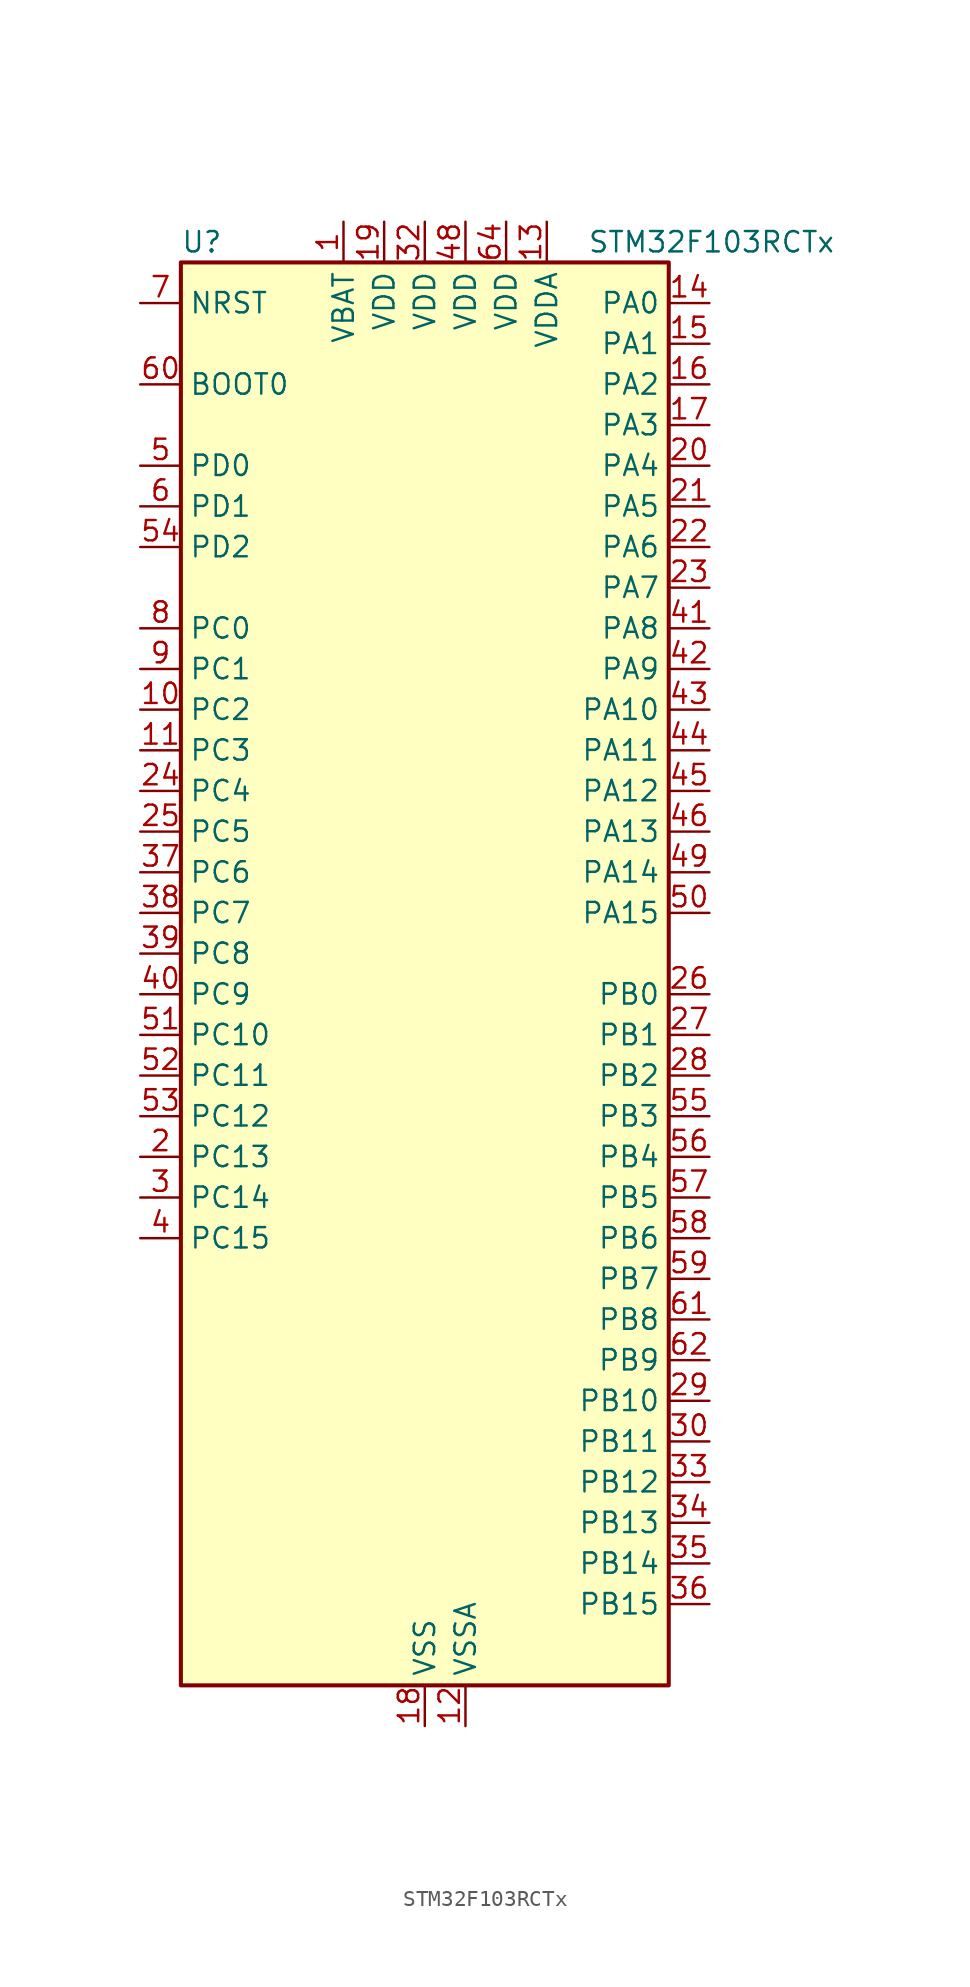
<source format=kicad_sym>
(kicad_symbol_lib
  (version 20231120)
  (generator "kicad_symbol_editor")
  (generator_version "8.0")
  (symbol "STM32F103RCTx"
    (property "Reference" "U"
      (at -15.24 46.99 0)
      (effects (font (size 1.27 1.27)) (justify left)))
    (property "Value" "STM32F103RCTx"
      (at 10.16 46.99 0)
      (effects (font (size 1.27 1.27)) (justify left)))
    (property "ki_locked" ""
      (at 0 0 0)
      (effects (font (size 1.27 1.27))))
    (symbol "STM32F103RCTx_0_1"
      (rectangle (start -15.24 -43.18) (end 15.24 45.72) (stroke (width 0.254) (type default)) (fill (type background))))
    (symbol "STM32F103RCTx_1_1"
      (pin power_in line (at -5.08 48.26 270) (length 2.54) (name "VBAT" (effects (font (size 1.27 1.27)))) (number "1" (effects (font (size 1.27 1.27)))))
      (pin bidirectional line (at -17.78 17.78 0) (length 2.54) (name "PC2" (effects (font (size 1.27 1.27)))) (number "10" (effects (font (size 1.27 1.27)))) (alternate "ADC1_IN12" bidirectional line) (alternate "ADC2_IN12" bidirectional line) (alternate "ADC3_IN12" bidirectional line))
      (pin bidirectional line (at -17.78 15.24 0) (length 2.54) (name "PC3" (effects (font (size 1.27 1.27)))) (number "11" (effects (font (size 1.27 1.27)))) (alternate "ADC1_IN13" bidirectional line) (alternate "ADC2_IN13" bidirectional line) (alternate "ADC3_IN13" bidirectional line))
      (pin power_in line (at 2.54 -45.72 90) (length 2.54) (name "VSSA" (effects (font (size 1.27 1.27)))) (number "12" (effects (font (size 1.27 1.27)))))
      (pin power_in line (at 7.62 48.26 270) (length 2.54) (name "VDDA" (effects (font (size 1.27 1.27)))) (number "13" (effects (font (size 1.27 1.27)))))
      (pin bidirectional line (at 17.78 43.18 180) (length 2.54) (name "PA0" (effects (font (size 1.27 1.27)))) (number "14" (effects (font (size 1.27 1.27)))) (alternate "ADC1_IN0" bidirectional line) (alternate "ADC2_IN0" bidirectional line) (alternate "ADC3_IN0" bidirectional line) (alternate "SYS_WKUP" bidirectional line) (alternate "TIM2_CH1" bidirectional line) (alternate "TIM2_ETR" bidirectional line) (alternate "TIM5_CH1" bidirectional line) (alternate "TIM8_ETR" bidirectional line) (alternate "USART2_CTS" bidirectional line))
      (pin bidirectional line (at 17.78 40.64 180) (length 2.54) (name "PA1" (effects (font (size 1.27 1.27)))) (number "15" (effects (font (size 1.27 1.27)))) (alternate "ADC1_IN1" bidirectional line) (alternate "ADC2_IN1" bidirectional line) (alternate "ADC3_IN1" bidirectional line) (alternate "TIM2_CH2" bidirectional line) (alternate "TIM5_CH2" bidirectional line) (alternate "USART2_RTS" bidirectional line))
      (pin bidirectional line (at 17.78 38.1 180) (length 2.54) (name "PA2" (effects (font (size 1.27 1.27)))) (number "16" (effects (font (size 1.27 1.27)))) (alternate "ADC1_IN2" bidirectional line) (alternate "ADC2_IN2" bidirectional line) (alternate "ADC3_IN2" bidirectional line) (alternate "TIM2_CH3" bidirectional line) (alternate "TIM5_CH3" bidirectional line) (alternate "USART2_TX" bidirectional line))
      (pin bidirectional line (at 17.78 35.56 180) (length 2.54) (name "PA3" (effects (font (size 1.27 1.27)))) (number "17" (effects (font (size 1.27 1.27)))) (alternate "ADC1_IN3" bidirectional line) (alternate "ADC2_IN3" bidirectional line) (alternate "ADC3_IN3" bidirectional line) (alternate "TIM2_CH4" bidirectional line) (alternate "TIM5_CH4" bidirectional line) (alternate "USART2_RX" bidirectional line))
      (pin power_in line (at 0 -45.72 90) (length 2.54) (name "VSS" (effects (font (size 1.27 1.27)))) (number "18" (effects (font (size 1.27 1.27)))))
      (pin power_in line (at -2.54 48.26 270) (length 2.54) (name "VDD" (effects (font (size 1.27 1.27)))) (number "19" (effects (font (size 1.27 1.27)))))
      (pin bidirectional line (at -17.78 -10.16 0) (length 2.54) (name "PC13" (effects (font (size 1.27 1.27)))) (number "2" (effects (font (size 1.27 1.27)))) (alternate "RTC_OUT" bidirectional line) (alternate "RTC_TAMPER" bidirectional line))
      (pin bidirectional line (at 17.78 33.02 180) (length 2.54) (name "PA4" (effects (font (size 1.27 1.27)))) (number "20" (effects (font (size 1.27 1.27)))) (alternate "ADC1_IN4" bidirectional line) (alternate "ADC2_IN4" bidirectional line) (alternate "DAC_OUT1" bidirectional line) (alternate "SPI1_NSS" bidirectional line) (alternate "USART2_CK" bidirectional line))
      (pin bidirectional line (at 17.78 30.48 180) (length 2.54) (name "PA5" (effects (font (size 1.27 1.27)))) (number "21" (effects (font (size 1.27 1.27)))) (alternate "ADC1_IN5" bidirectional line) (alternate "ADC2_IN5" bidirectional line) (alternate "DAC_OUT2" bidirectional line) (alternate "SPI1_SCK" bidirectional line))
      (pin bidirectional line (at 17.78 27.94 180) (length 2.54) (name "PA6" (effects (font (size 1.27 1.27)))) (number "22" (effects (font (size 1.27 1.27)))) (alternate "ADC1_IN6" bidirectional line) (alternate "ADC2_IN6" bidirectional line) (alternate "SPI1_MISO" bidirectional line) (alternate "TIM1_BKIN" bidirectional line) (alternate "TIM3_CH1" bidirectional line) (alternate "TIM8_BKIN" bidirectional line))
      (pin bidirectional line (at 17.78 25.4 180) (length 2.54) (name "PA7" (effects (font (size 1.27 1.27)))) (number "23" (effects (font (size 1.27 1.27)))) (alternate "ADC1_IN7" bidirectional line) (alternate "ADC2_IN7" bidirectional line) (alternate "SPI1_MOSI" bidirectional line) (alternate "TIM1_CH1N" bidirectional line) (alternate "TIM3_CH2" bidirectional line) (alternate "TIM8_CH1N" bidirectional line))
      (pin bidirectional line (at -17.78 12.7 0) (length 2.54) (name "PC4" (effects (font (size 1.27 1.27)))) (number "24" (effects (font (size 1.27 1.27)))) (alternate "ADC1_IN14" bidirectional line) (alternate "ADC2_IN14" bidirectional line))
      (pin bidirectional line (at -17.78 10.16 0) (length 2.54) (name "PC5" (effects (font (size 1.27 1.27)))) (number "25" (effects (font (size 1.27 1.27)))) (alternate "ADC1_IN15" bidirectional line) (alternate "ADC2_IN15" bidirectional line))
      (pin bidirectional line (at 17.78 0 180) (length 2.54) (name "PB0" (effects (font (size 1.27 1.27)))) (number "26" (effects (font (size 1.27 1.27)))) (alternate "ADC1_IN8" bidirectional line) (alternate "ADC2_IN8" bidirectional line) (alternate "TIM1_CH2N" bidirectional line) (alternate "TIM3_CH3" bidirectional line) (alternate "TIM8_CH2N" bidirectional line))
      (pin bidirectional line (at 17.78 -2.54 180) (length 2.54) (name "PB1" (effects (font (size 1.27 1.27)))) (number "27" (effects (font (size 1.27 1.27)))) (alternate "ADC1_IN9" bidirectional line) (alternate "ADC2_IN9" bidirectional line) (alternate "TIM1_CH3N" bidirectional line) (alternate "TIM3_CH4" bidirectional line) (alternate "TIM8_CH3N" bidirectional line))
      (pin bidirectional line (at 17.78 -5.08 180) (length 2.54) (name "PB2" (effects (font (size 1.27 1.27)))) (number "28" (effects (font (size 1.27 1.27)))))
      (pin bidirectional line (at 17.78 -25.4 180) (length 2.54) (name "PB10" (effects (font (size 1.27 1.27)))) (number "29" (effects (font (size 1.27 1.27)))) (alternate "I2C2_SCL" bidirectional line) (alternate "TIM2_CH3" bidirectional line) (alternate "USART3_TX" bidirectional line))
      (pin bidirectional line (at -17.78 -12.7 0) (length 2.54) (name "PC14" (effects (font (size 1.27 1.27)))) (number "3" (effects (font (size 1.27 1.27)))) (alternate "RCC_OSC32_IN" bidirectional line))
      (pin bidirectional line (at 17.78 -27.94 180) (length 2.54) (name "PB11" (effects (font (size 1.27 1.27)))) (number "30" (effects (font (size 1.27 1.27)))) (alternate "ADC1_EXTI11" bidirectional line) (alternate "ADC2_EXTI11" bidirectional line) (alternate "I2C2_SDA" bidirectional line) (alternate "TIM2_CH4" bidirectional line) (alternate "USART3_RX" bidirectional line))
      (pin passive line (at 0 -45.72 90) (length 2.54) hide (name "VSS" (effects (font (size 1.27 1.27)))) (number "31" (effects (font (size 1.27 1.27)))))
      (pin power_in line (at 0 48.26 270) (length 2.54) (name "VDD" (effects (font (size 1.27 1.27)))) (number "32" (effects (font (size 1.27 1.27)))))
      (pin bidirectional line (at 17.78 -30.48 180) (length 2.54) (name "PB12" (effects (font (size 1.27 1.27)))) (number "33" (effects (font (size 1.27 1.27)))) (alternate "I2C2_SMBA" bidirectional line) (alternate "I2S2_WS" bidirectional line) (alternate "SPI2_NSS" bidirectional line) (alternate "TIM1_BKIN" bidirectional line) (alternate "USART3_CK" bidirectional line))
      (pin bidirectional line (at 17.78 -33.02 180) (length 2.54) (name "PB13" (effects (font (size 1.27 1.27)))) (number "34" (effects (font (size 1.27 1.27)))) (alternate "I2S2_CK" bidirectional line) (alternate "SPI2_SCK" bidirectional line) (alternate "TIM1_CH1N" bidirectional line) (alternate "USART3_CTS" bidirectional line))
      (pin bidirectional line (at 17.78 -35.56 180) (length 2.54) (name "PB14" (effects (font (size 1.27 1.27)))) (number "35" (effects (font (size 1.27 1.27)))) (alternate "SPI2_MISO" bidirectional line) (alternate "TIM1_CH2N" bidirectional line) (alternate "USART3_RTS" bidirectional line))
      (pin bidirectional line (at 17.78 -38.1 180) (length 2.54) (name "PB15" (effects (font (size 1.27 1.27)))) (number "36" (effects (font (size 1.27 1.27)))) (alternate "ADC1_EXTI15" bidirectional line) (alternate "ADC2_EXTI15" bidirectional line) (alternate "I2S2_SD" bidirectional line) (alternate "SPI2_MOSI" bidirectional line) (alternate "TIM1_CH3N" bidirectional line))
      (pin bidirectional line (at -17.78 7.62 0) (length 2.54) (name "PC6" (effects (font (size 1.27 1.27)))) (number "37" (effects (font (size 1.27 1.27)))) (alternate "I2S2_MCK" bidirectional line) (alternate "SDIO_D6" bidirectional line) (alternate "TIM3_CH1" bidirectional line) (alternate "TIM8_CH1" bidirectional line))
      (pin bidirectional line (at -17.78 5.08 0) (length 2.54) (name "PC7" (effects (font (size 1.27 1.27)))) (number "38" (effects (font (size 1.27 1.27)))) (alternate "I2S3_MCK" bidirectional line) (alternate "SDIO_D7" bidirectional line) (alternate "TIM3_CH2" bidirectional line) (alternate "TIM8_CH2" bidirectional line))
      (pin bidirectional line (at -17.78 2.54 0) (length 2.54) (name "PC8" (effects (font (size 1.27 1.27)))) (number "39" (effects (font (size 1.27 1.27)))) (alternate "SDIO_D0" bidirectional line) (alternate "TIM3_CH3" bidirectional line) (alternate "TIM8_CH3" bidirectional line))
      (pin bidirectional line (at -17.78 -15.24 0) (length 2.54) (name "PC15" (effects (font (size 1.27 1.27)))) (number "4" (effects (font (size 1.27 1.27)))) (alternate "ADC1_EXTI15" bidirectional line) (alternate "ADC2_EXTI15" bidirectional line) (alternate "RCC_OSC32_OUT" bidirectional line))
      (pin bidirectional line (at -17.78 0 0) (length 2.54) (name "PC9" (effects (font (size 1.27 1.27)))) (number "40" (effects (font (size 1.27 1.27)))) (alternate "DAC_EXTI9" bidirectional line) (alternate "SDIO_D1" bidirectional line) (alternate "TIM3_CH4" bidirectional line) (alternate "TIM8_CH4" bidirectional line))
      (pin bidirectional line (at 17.78 22.86 180) (length 2.54) (name "PA8" (effects (font (size 1.27 1.27)))) (number "41" (effects (font (size 1.27 1.27)))) (alternate "RCC_MCO" bidirectional line) (alternate "TIM1_CH1" bidirectional line) (alternate "USART1_CK" bidirectional line))
      (pin bidirectional line (at 17.78 20.32 180) (length 2.54) (name "PA9" (effects (font (size 1.27 1.27)))) (number "42" (effects (font (size 1.27 1.27)))) (alternate "DAC_EXTI9" bidirectional line) (alternate "TIM1_CH2" bidirectional line) (alternate "USART1_TX" bidirectional line))
      (pin bidirectional line (at 17.78 17.78 180) (length 2.54) (name "PA10" (effects (font (size 1.27 1.27)))) (number "43" (effects (font (size 1.27 1.27)))) (alternate "TIM1_CH3" bidirectional line) (alternate "USART1_RX" bidirectional line))
      (pin bidirectional line (at 17.78 15.24 180) (length 2.54) (name "PA11" (effects (font (size 1.27 1.27)))) (number "44" (effects (font (size 1.27 1.27)))) (alternate "ADC1_EXTI11" bidirectional line) (alternate "ADC2_EXTI11" bidirectional line) (alternate "CAN_RX" bidirectional line) (alternate "TIM1_CH4" bidirectional line) (alternate "USART1_CTS" bidirectional line) (alternate "USB_DM" bidirectional line))
      (pin bidirectional line (at 17.78 12.7 180) (length 2.54) (name "PA12" (effects (font (size 1.27 1.27)))) (number "45" (effects (font (size 1.27 1.27)))) (alternate "CAN_TX" bidirectional line) (alternate "TIM1_ETR" bidirectional line) (alternate "USART1_RTS" bidirectional line) (alternate "USB_DP" bidirectional line))
      (pin bidirectional line (at 17.78 10.16 180) (length 2.54) (name "PA13" (effects (font (size 1.27 1.27)))) (number "46" (effects (font (size 1.27 1.27)))) (alternate "SYS_JTMS-SWDIO" bidirectional line))
      (pin passive line (at 0 -45.72 90) (length 2.54) hide (name "VSS" (effects (font (size 1.27 1.27)))) (number "47" (effects (font (size 1.27 1.27)))))
      (pin power_in line (at 2.54 48.26 270) (length 2.54) (name "VDD" (effects (font (size 1.27 1.27)))) (number "48" (effects (font (size 1.27 1.27)))))
      (pin bidirectional line (at 17.78 7.62 180) (length 2.54) (name "PA14" (effects (font (size 1.27 1.27)))) (number "49" (effects (font (size 1.27 1.27)))) (alternate "SYS_JTCK-SWCLK" bidirectional line))
      (pin bidirectional line (at -17.78 33.02 0) (length 2.54) (name "PD0" (effects (font (size 1.27 1.27)))) (number "5" (effects (font (size 1.27 1.27)))) (alternate "RCC_OSC_IN" bidirectional line))
      (pin bidirectional line (at 17.78 5.08 180) (length 2.54) (name "PA15" (effects (font (size 1.27 1.27)))) (number "50" (effects (font (size 1.27 1.27)))) (alternate "ADC1_EXTI15" bidirectional line) (alternate "ADC2_EXTI15" bidirectional line) (alternate "I2S3_WS" bidirectional line) (alternate "SPI1_NSS" bidirectional line) (alternate "SPI3_NSS" bidirectional line) (alternate "SYS_JTDI" bidirectional line) (alternate "TIM2_CH1" bidirectional line) (alternate "TIM2_ETR" bidirectional line))
      (pin bidirectional line (at -17.78 -2.54 0) (length 2.54) (name "PC10" (effects (font (size 1.27 1.27)))) (number "51" (effects (font (size 1.27 1.27)))) (alternate "SDIO_D2" bidirectional line) (alternate "UART4_TX" bidirectional line) (alternate "USART3_TX" bidirectional line))
      (pin bidirectional line (at -17.78 -5.08 0) (length 2.54) (name "PC11" (effects (font (size 1.27 1.27)))) (number "52" (effects (font (size 1.27 1.27)))) (alternate "ADC1_EXTI11" bidirectional line) (alternate "ADC2_EXTI11" bidirectional line) (alternate "SDIO_D3" bidirectional line) (alternate "UART4_RX" bidirectional line) (alternate "USART3_RX" bidirectional line))
      (pin bidirectional line (at -17.78 -7.62 0) (length 2.54) (name "PC12" (effects (font (size 1.27 1.27)))) (number "53" (effects (font (size 1.27 1.27)))) (alternate "SDIO_CK" bidirectional line) (alternate "UART5_TX" bidirectional line) (alternate "USART3_CK" bidirectional line))
      (pin bidirectional line (at -17.78 27.94 0) (length 2.54) (name "PD2" (effects (font (size 1.27 1.27)))) (number "54" (effects (font (size 1.27 1.27)))) (alternate "SDIO_CMD" bidirectional line) (alternate "TIM3_ETR" bidirectional line) (alternate "UART5_RX" bidirectional line))
      (pin bidirectional line (at 17.78 -7.62 180) (length 2.54) (name "PB3" (effects (font (size 1.27 1.27)))) (number "55" (effects (font (size 1.27 1.27)))) (alternate "I2S3_CK" bidirectional line) (alternate "SPI1_SCK" bidirectional line) (alternate "SPI3_SCK" bidirectional line) (alternate "SYS_JTDO-TRACESWO" bidirectional line) (alternate "TIM2_CH2" bidirectional line))
      (pin bidirectional line (at 17.78 -10.16 180) (length 2.54) (name "PB4" (effects (font (size 1.27 1.27)))) (number "56" (effects (font (size 1.27 1.27)))) (alternate "SPI1_MISO" bidirectional line) (alternate "SPI3_MISO" bidirectional line) (alternate "SYS_NJTRST" bidirectional line) (alternate "TIM3_CH1" bidirectional line))
      (pin bidirectional line (at 17.78 -12.7 180) (length 2.54) (name "PB5" (effects (font (size 1.27 1.27)))) (number "57" (effects (font (size 1.27 1.27)))) (alternate "I2C1_SMBA" bidirectional line) (alternate "I2S3_SD" bidirectional line) (alternate "SPI1_MOSI" bidirectional line) (alternate "SPI3_MOSI" bidirectional line) (alternate "TIM3_CH2" bidirectional line))
      (pin bidirectional line (at 17.78 -15.24 180) (length 2.54) (name "PB6" (effects (font (size 1.27 1.27)))) (number "58" (effects (font (size 1.27 1.27)))) (alternate "I2C1_SCL" bidirectional line) (alternate "TIM4_CH1" bidirectional line) (alternate "USART1_TX" bidirectional line))
      (pin bidirectional line (at 17.78 -17.78 180) (length 2.54) (name "PB7" (effects (font (size 1.27 1.27)))) (number "59" (effects (font (size 1.27 1.27)))) (alternate "I2C1_SDA" bidirectional line) (alternate "TIM4_CH2" bidirectional line) (alternate "USART1_RX" bidirectional line))
      (pin bidirectional line (at -17.78 30.48 0) (length 2.54) (name "PD1" (effects (font (size 1.27 1.27)))) (number "6" (effects (font (size 1.27 1.27)))) (alternate "RCC_OSC_OUT" bidirectional line))
      (pin input line (at -17.78 38.1 0) (length 2.54) (name "BOOT0" (effects (font (size 1.27 1.27)))) (number "60" (effects (font (size 1.27 1.27)))))
      (pin bidirectional line (at 17.78 -20.32 180) (length 2.54) (name "PB8" (effects (font (size 1.27 1.27)))) (number "61" (effects (font (size 1.27 1.27)))) (alternate "CAN_RX" bidirectional line) (alternate "I2C1_SCL" bidirectional line) (alternate "SDIO_D4" bidirectional line) (alternate "TIM4_CH3" bidirectional line))
      (pin bidirectional line (at 17.78 -22.86 180) (length 2.54) (name "PB9" (effects (font (size 1.27 1.27)))) (number "62" (effects (font (size 1.27 1.27)))) (alternate "CAN_TX" bidirectional line) (alternate "DAC_EXTI9" bidirectional line) (alternate "I2C1_SDA" bidirectional line) (alternate "SDIO_D5" bidirectional line) (alternate "TIM4_CH4" bidirectional line))
      (pin passive line (at 0 -45.72 90) (length 2.54) hide (name "VSS" (effects (font (size 1.27 1.27)))) (number "63" (effects (font (size 1.27 1.27)))))
      (pin power_in line (at 5.08 48.26 270) (length 2.54) (name "VDD" (effects (font (size 1.27 1.27)))) (number "64" (effects (font (size 1.27 1.27)))))
      (pin input line (at -17.78 43.18 0) (length 2.54) (name "NRST" (effects (font (size 1.27 1.27)))) (number "7" (effects (font (size 1.27 1.27)))))
      (pin bidirectional line (at -17.78 22.86 0) (length 2.54) (name "PC0" (effects (font (size 1.27 1.27)))) (number "8" (effects (font (size 1.27 1.27)))) (alternate "ADC1_IN10" bidirectional line) (alternate "ADC2_IN10" bidirectional line) (alternate "ADC3_IN10" bidirectional line))
      (pin bidirectional line (at -17.78 20.32 0) (length 2.54) (name "PC1" (effects (font (size 1.27 1.27)))) (number "9" (effects (font (size 1.27 1.27)))) (alternate "ADC1_IN11" bidirectional line) (alternate "ADC2_IN11" bidirectional line) (alternate "ADC3_IN11" bidirectional line)))))
</source>
